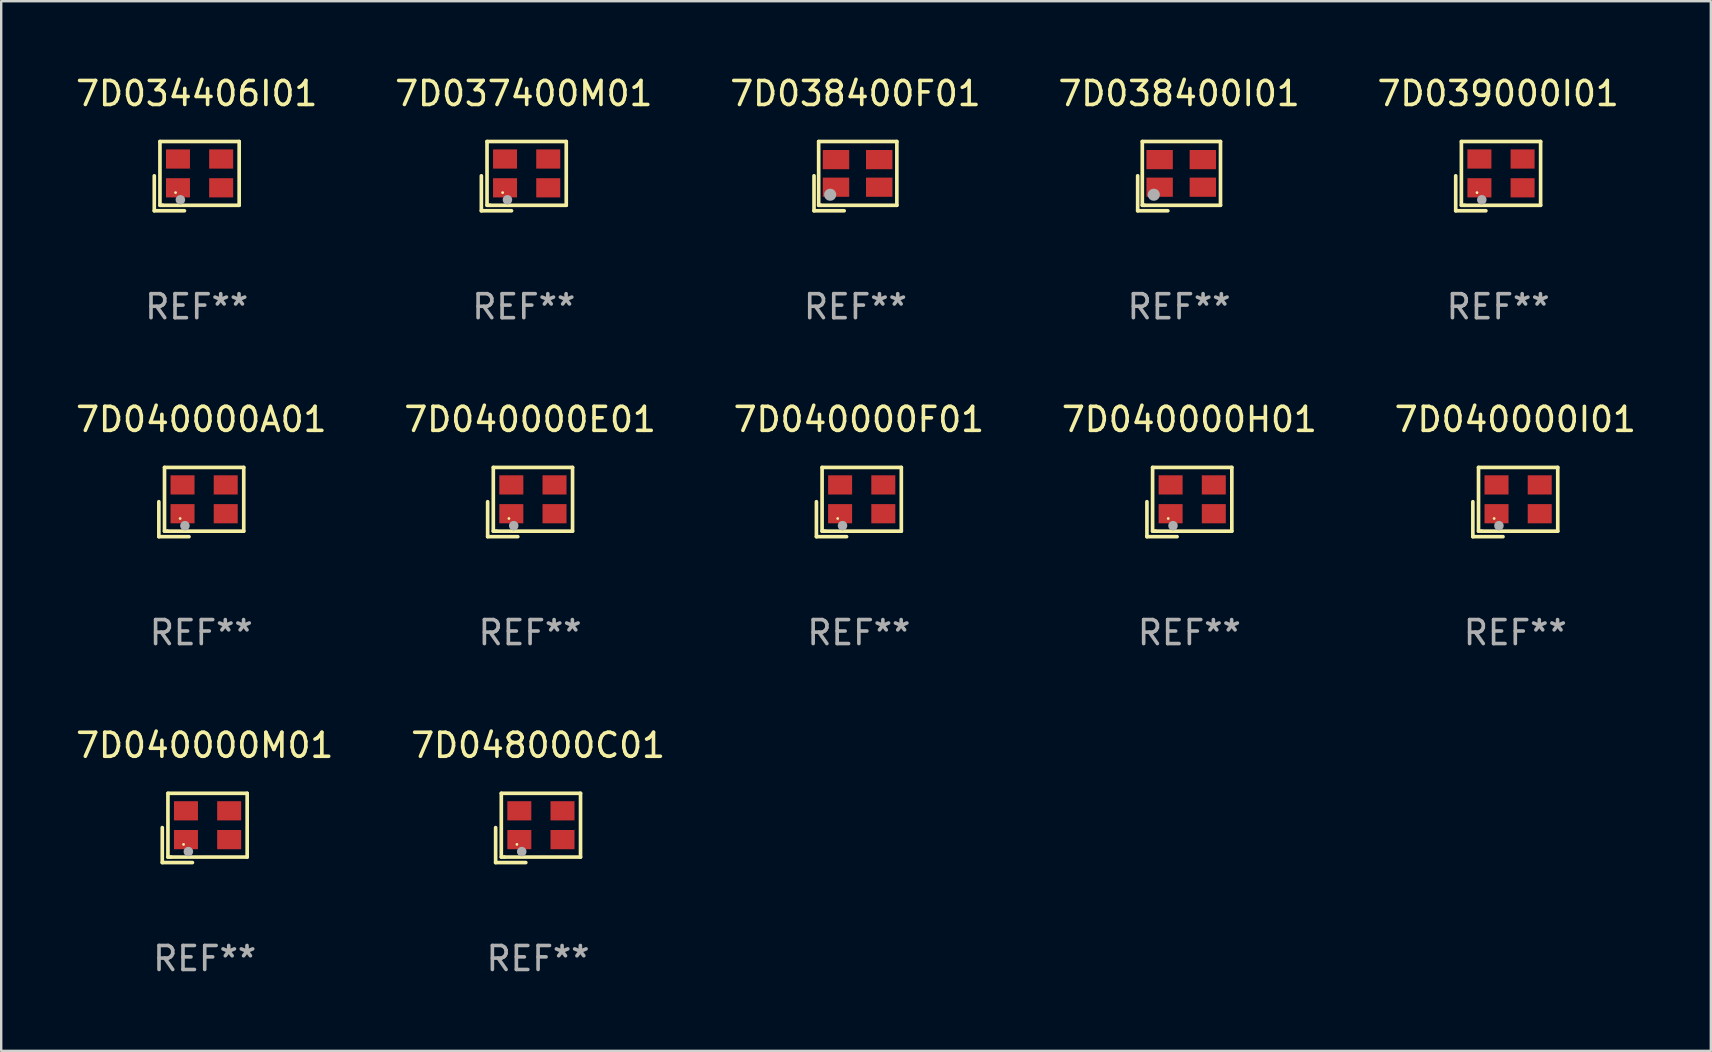
<source format=kicad_pcb>
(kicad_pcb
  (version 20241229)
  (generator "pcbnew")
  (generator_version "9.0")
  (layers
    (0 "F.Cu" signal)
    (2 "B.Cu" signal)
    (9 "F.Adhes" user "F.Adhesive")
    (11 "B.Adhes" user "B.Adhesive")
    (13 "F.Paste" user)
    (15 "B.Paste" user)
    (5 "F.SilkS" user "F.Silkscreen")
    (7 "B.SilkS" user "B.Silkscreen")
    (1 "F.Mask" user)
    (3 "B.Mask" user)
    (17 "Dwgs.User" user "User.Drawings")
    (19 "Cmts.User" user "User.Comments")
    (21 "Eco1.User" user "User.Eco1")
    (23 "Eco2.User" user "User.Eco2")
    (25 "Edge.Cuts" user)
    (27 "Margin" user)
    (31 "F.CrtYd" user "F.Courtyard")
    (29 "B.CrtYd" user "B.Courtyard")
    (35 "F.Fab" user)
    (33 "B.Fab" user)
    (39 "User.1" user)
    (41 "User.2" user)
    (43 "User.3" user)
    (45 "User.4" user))
  (footprint "7D038400F01"
    (layer "F.Cu")
    (at 32.601 4.291)
    (property "Reference" "7D038400F01" (at 0 -3.443 0) (layer "F.SilkS") (effects (font (size 1 1) (thickness 0.15))))
    (attr through_hole)
    (fp_line (start -1.726 -0.015) (end -1.726 1.443) (stroke (width 0.152) (type solid)) (layer "F.SilkS"))
    (fp_line (start -1.726 1.443) (end -0.469 1.443) (stroke (width 0.152) (type solid)) (layer "F.SilkS"))
    (fp_line (start -1.533 -1.443) (end 1.726 -1.443) (stroke (width 0.152) (type solid)) (layer "F.SilkS"))
    (fp_line (start -1.533 1.214) (end -1.533 -1.443) (stroke (width 0.152) (type solid)) (layer "F.SilkS"))
    (fp_line (start -1.439 1.214) (end -1.533 1.214) (stroke (width 0.152) (type solid)) (layer "F.SilkS"))
    (fp_line (start 1.726 -1.443) (end 1.726 1.214) (stroke (width 0.152) (type solid)) (layer "F.SilkS"))
    (fp_line (start 1.726 1.214) (end -1.439 1.214) (stroke (width 0.152) (type solid)) (layer "F.SilkS"))
    (fp_circle (center -0.91 0.686) (end -0.88 0.686) (stroke (width 0.06) (type solid)) (fill no) (layer "F.SilkS"))
    (fp_circle (center -1.053 0.775) (end -0.926 0.775) (stroke (width 0.254) (type solid)) (fill no) (layer "F.Fab"))
    (fp_text user "REF**" (at 0 5.443 0) (layer "F.Fab") (effects (font (size 1 1) (thickness 0.15))))
    (pad "1" smd rect (at -0.81 0.461) (size 1.1 0.8) (layers "F.Cu" "F.Mask" "F.Paste"))
    (pad "2" smd rect (at 0.99 0.461) (size 1.1 0.8) (layers "F.Cu" "F.Mask" "F.Paste"))
    (pad "3" smd rect (at 0.99 -0.689) (size 1.1 0.8) (layers "F.Cu" "F.Mask" "F.Paste"))
    (pad "4" smd rect (at -0.81 -0.689) (size 1.1 0.8) (layers "F.Cu" "F.Mask" "F.Paste")))
  (footprint "7D048000C01"
    (layer "F.Cu")
    (at 19.375 31.455)
    (property "Reference" "7D048000C01" (at 0 -3.443 0) (layer "F.SilkS") (effects (font (size 1 1) (thickness 0.15))))
    (attr through_hole)
    (fp_line (start -1.769 -0.014) (end -1.769 1.443) (stroke (width 0.152) (type solid)) (layer "F.SilkS"))
    (fp_line (start -1.769 1.443) (end -0.512 1.443) (stroke (width 0.152) (type solid)) (layer "F.SilkS"))
    (fp_line (start -1.533 -1.443) (end 1.769 -1.443) (stroke (width 0.152) (type solid)) (layer "F.SilkS"))
    (fp_line (start -1.533 1.214) (end -1.533 -1.443) (stroke (width 0.152) (type solid)) (layer "F.SilkS"))
    (fp_line (start -1.411 1.214) (end -1.533 1.214) (stroke (width 0.152) (type solid)) (layer "F.SilkS"))
    (fp_line (start 1.769 -1.443) (end 1.769 1.214) (stroke (width 0.152) (type solid)) (layer "F.SilkS"))
    (fp_line (start 1.769 1.214) (end -1.411 1.214) (stroke (width 0.152) (type solid)) (layer "F.SilkS"))
    (fp_circle (center -0.882 0.686) (end -0.852 0.686) (stroke (width 0.06) (type solid)) (fill no) (layer "F.SilkS"))
    (fp_circle (center -0.682 0.986) (end -0.582 0.986) (stroke (width 0.2) (type solid)) (fill no) (layer "F.Fab"))
    (fp_text user "REF**" (at 0 5.443 0) (layer "F.Fab") (effects (font (size 1 1) (thickness 0.15))))
    (pad "1" smd rect (at -0.782 0.486 90) (size 0.8 1) (layers "F.Cu" "F.Mask" "F.Paste"))
    (pad "2" smd rect (at 1.018 0.486 90) (size 0.8 1) (layers "F.Cu" "F.Mask" "F.Paste"))
    (pad "3" smd rect (at 1.018 -0.714 90) (size 0.8 1) (layers "F.Cu" "F.Mask" "F.Paste"))
    (pad "4" smd rect (at -0.782 -0.714 90) (size 0.8 1) (layers "F.Cu" "F.Mask" "F.Paste")))
  (footprint "7D040000I01"
    (layer "F.Cu")
    (at 60.101 17.873)
    (property "Reference" "7D040000I01" (at 0 -3.443 0) (layer "F.SilkS") (effects (font (size 1 1) (thickness 0.15))))
    (attr through_hole)
    (fp_line (start -1.769 -0.014) (end -1.769 1.443) (stroke (width 0.152) (type solid)) (layer "F.SilkS"))
    (fp_line (start -1.769 1.443) (end -0.512 1.443) (stroke (width 0.152) (type solid)) (layer "F.SilkS"))
    (fp_line (start -1.533 -1.443) (end 1.769 -1.443) (stroke (width 0.152) (type solid)) (layer "F.SilkS"))
    (fp_line (start -1.533 1.214) (end -1.533 -1.443) (stroke (width 0.152) (type solid)) (layer "F.SilkS"))
    (fp_line (start -1.411 1.214) (end -1.533 1.214) (stroke (width 0.152) (type solid)) (layer "F.SilkS"))
    (fp_line (start 1.769 -1.443) (end 1.769 1.214) (stroke (width 0.152) (type solid)) (layer "F.SilkS"))
    (fp_line (start 1.769 1.214) (end -1.411 1.214) (stroke (width 0.152) (type solid)) (layer "F.SilkS"))
    (fp_circle (center -0.882 0.686) (end -0.852 0.686) (stroke (width 0.06) (type solid)) (fill no) (layer "F.SilkS"))
    (fp_circle (center -0.682 0.986) (end -0.582 0.986) (stroke (width 0.2) (type solid)) (fill no) (layer "F.Fab"))
    (fp_text user "REF**" (at 0 5.443 0) (layer "F.Fab") (effects (font (size 1 1) (thickness 0.15))))
    (pad "1" smd rect (at -0.782 0.486 90) (size 0.8 1) (layers "F.Cu" "F.Mask" "F.Paste"))
    (pad "2" smd rect (at 1.018 0.486 90) (size 0.8 1) (layers "F.Cu" "F.Mask" "F.Paste"))
    (pad "3" smd rect (at 1.018 -0.714 90) (size 0.8 1) (layers "F.Cu" "F.Mask" "F.Paste"))
    (pad "4" smd rect (at -0.782 -0.714 90) (size 0.8 1) (layers "F.Cu" "F.Mask" "F.Paste")))
  (footprint "7D040000H01"
    (layer "F.Cu")
    (at 46.518 17.873)
    (property "Reference" "7D040000H01" (at 0 -3.443 0) (layer "F.SilkS") (effects (font (size 1 1) (thickness 0.15))))
    (attr through_hole)
    (fp_line (start -1.769 -0.014) (end -1.769 1.443) (stroke (width 0.152) (type solid)) (layer "F.SilkS"))
    (fp_line (start -1.769 1.443) (end -0.512 1.443) (stroke (width 0.152) (type solid)) (layer "F.SilkS"))
    (fp_line (start -1.533 -1.443) (end 1.769 -1.443) (stroke (width 0.152) (type solid)) (layer "F.SilkS"))
    (fp_line (start -1.533 1.214) (end -1.533 -1.443) (stroke (width 0.152) (type solid)) (layer "F.SilkS"))
    (fp_line (start -1.411 1.214) (end -1.533 1.214) (stroke (width 0.152) (type solid)) (layer "F.SilkS"))
    (fp_line (start 1.769 -1.443) (end 1.769 1.214) (stroke (width 0.152) (type solid)) (layer "F.SilkS"))
    (fp_line (start 1.769 1.214) (end -1.411 1.214) (stroke (width 0.152) (type solid)) (layer "F.SilkS"))
    (fp_circle (center -0.882 0.686) (end -0.852 0.686) (stroke (width 0.06) (type solid)) (fill no) (layer "F.SilkS"))
    (fp_circle (center -0.682 0.986) (end -0.582 0.986) (stroke (width 0.2) (type solid)) (fill no) (layer "F.Fab"))
    (fp_text user "REF**" (at 0 5.443 0) (layer "F.Fab") (effects (font (size 1 1) (thickness 0.15))))
    (pad "1" smd rect (at -0.782 0.486 90) (size 0.8 1) (layers "F.Cu" "F.Mask" "F.Paste"))
    (pad "2" smd rect (at 1.018 0.486 90) (size 0.8 1) (layers "F.Cu" "F.Mask" "F.Paste"))
    (pad "3" smd rect (at 1.018 -0.714 90) (size 0.8 1) (layers "F.Cu" "F.Mask" "F.Paste"))
    (pad "4" smd rect (at -0.782 -0.714 90) (size 0.8 1) (layers "F.Cu" "F.Mask" "F.Paste")))
  (footprint "7D040000E01"
    (layer "F.Cu")
    (at 19.042 17.873)
    (property "Reference" "7D040000E01" (at 0 -3.443 0) (layer "F.SilkS") (effects (font (size 1 1) (thickness 0.15))))
    (attr through_hole)
    (fp_line (start -1.769 -0.014) (end -1.769 1.443) (stroke (width 0.152) (type solid)) (layer "F.SilkS"))
    (fp_line (start -1.769 1.443) (end -0.512 1.443) (stroke (width 0.152) (type solid)) (layer "F.SilkS"))
    (fp_line (start -1.533 -1.443) (end 1.769 -1.443) (stroke (width 0.152) (type solid)) (layer "F.SilkS"))
    (fp_line (start -1.533 1.214) (end -1.533 -1.443) (stroke (width 0.152) (type solid)) (layer "F.SilkS"))
    (fp_line (start -1.411 1.214) (end -1.533 1.214) (stroke (width 0.152) (type solid)) (layer "F.SilkS"))
    (fp_line (start 1.769 -1.443) (end 1.769 1.214) (stroke (width 0.152) (type solid)) (layer "F.SilkS"))
    (fp_line (start 1.769 1.214) (end -1.411 1.214) (stroke (width 0.152) (type solid)) (layer "F.SilkS"))
    (fp_circle (center -0.882 0.686) (end -0.852 0.686) (stroke (width 0.06) (type solid)) (fill no) (layer "F.SilkS"))
    (fp_circle (center -0.682 0.986) (end -0.582 0.986) (stroke (width 0.2) (type solid)) (fill no) (layer "F.Fab"))
    (fp_text user "REF**" (at 0 5.443 0) (layer "F.Fab") (effects (font (size 1 1) (thickness 0.15))))
    (pad "1" smd rect (at -0.782 0.486 90) (size 0.8 1) (layers "F.Cu" "F.Mask" "F.Paste"))
    (pad "2" smd rect (at 1.018 0.486 90) (size 0.8 1) (layers "F.Cu" "F.Mask" "F.Paste"))
    (pad "3" smd rect (at 1.018 -0.714 90) (size 0.8 1) (layers "F.Cu" "F.Mask" "F.Paste"))
    (pad "4" smd rect (at -0.782 -0.714 90) (size 0.8 1) (layers "F.Cu" "F.Mask" "F.Paste")))
  (footprint "7D040000F01"
    (layer "F.Cu")
    (at 32.744 17.873)
    (property "Reference" "7D040000F01" (at 0 -3.443 0) (layer "F.SilkS") (effects (font (size 1 1) (thickness 0.15))))
    (attr through_hole)
    (fp_line (start -1.769 -0.014) (end -1.769 1.443) (stroke (width 0.152) (type solid)) (layer "F.SilkS"))
    (fp_line (start -1.769 1.443) (end -0.512 1.443) (stroke (width 0.152) (type solid)) (layer "F.SilkS"))
    (fp_line (start -1.533 -1.443) (end 1.769 -1.443) (stroke (width 0.152) (type solid)) (layer "F.SilkS"))
    (fp_line (start -1.533 1.214) (end -1.533 -1.443) (stroke (width 0.152) (type solid)) (layer "F.SilkS"))
    (fp_line (start -1.411 1.214) (end -1.533 1.214) (stroke (width 0.152) (type solid)) (layer "F.SilkS"))
    (fp_line (start 1.769 -1.443) (end 1.769 1.214) (stroke (width 0.152) (type solid)) (layer "F.SilkS"))
    (fp_line (start 1.769 1.214) (end -1.411 1.214) (stroke (width 0.152) (type solid)) (layer "F.SilkS"))
    (fp_circle (center -0.882 0.686) (end -0.852 0.686) (stroke (width 0.06) (type solid)) (fill no) (layer "F.SilkS"))
    (fp_circle (center -0.682 0.986) (end -0.582 0.986) (stroke (width 0.2) (type solid)) (fill no) (layer "F.Fab"))
    (fp_text user "REF**" (at 0 5.443 0) (layer "F.Fab") (effects (font (size 1 1) (thickness 0.15))))
    (pad "1" smd rect (at -0.782 0.486 90) (size 0.8 1) (layers "F.Cu" "F.Mask" "F.Paste"))
    (pad "2" smd rect (at 1.018 0.486 90) (size 0.8 1) (layers "F.Cu" "F.Mask" "F.Paste"))
    (pad "3" smd rect (at 1.018 -0.714 90) (size 0.8 1) (layers "F.Cu" "F.Mask" "F.Paste"))
    (pad "4" smd rect (at -0.782 -0.714 90) (size 0.8 1) (layers "F.Cu" "F.Mask" "F.Paste")))
  (footprint "7D037400M01"
    (layer "F.Cu")
    (at 18.78 4.291)
    (property "Reference" "7D037400M01" (at 0 -3.443 0) (layer "F.SilkS") (effects (font (size 1 1) (thickness 0.15))))
    (attr through_hole)
    (fp_line (start -1.769 -0.014) (end -1.769 1.443) (stroke (width 0.152) (type solid)) (layer "F.SilkS"))
    (fp_line (start -1.769 1.443) (end -0.512 1.443) (stroke (width 0.152) (type solid)) (layer "F.SilkS"))
    (fp_line (start -1.533 -1.443) (end 1.769 -1.443) (stroke (width 0.152) (type solid)) (layer "F.SilkS"))
    (fp_line (start -1.533 1.214) (end -1.533 -1.443) (stroke (width 0.152) (type solid)) (layer "F.SilkS"))
    (fp_line (start -1.411 1.214) (end -1.533 1.214) (stroke (width 0.152) (type solid)) (layer "F.SilkS"))
    (fp_line (start 1.769 -1.443) (end 1.769 1.214) (stroke (width 0.152) (type solid)) (layer "F.SilkS"))
    (fp_line (start 1.769 1.214) (end -1.411 1.214) (stroke (width 0.152) (type solid)) (layer "F.SilkS"))
    (fp_circle (center -0.882 0.686) (end -0.852 0.686) (stroke (width 0.06) (type solid)) (fill no) (layer "F.SilkS"))
    (fp_circle (center -0.682 0.986) (end -0.582 0.986) (stroke (width 0.2) (type solid)) (fill no) (layer "F.Fab"))
    (fp_text user "REF**" (at 0 5.443 0) (layer "F.Fab") (effects (font (size 1 1) (thickness 0.15))))
    (pad "1" smd rect (at -0.782 0.486 90) (size 0.8 1) (layers "F.Cu" "F.Mask" "F.Paste"))
    (pad "2" smd rect (at 1.018 0.486 90) (size 0.8 1) (layers "F.Cu" "F.Mask" "F.Paste"))
    (pad "3" smd rect (at 1.018 -0.714 90) (size 0.8 1) (layers "F.Cu" "F.Mask" "F.Paste"))
    (pad "4" smd rect (at -0.782 -0.714 90) (size 0.8 1) (layers "F.Cu" "F.Mask" "F.Paste")))
  (footprint "7D039000I01"
    (layer "F.Cu")
    (at 59.387 4.291)
    (property "Reference" "7D039000I01" (at 0 -3.443 0) (layer "F.SilkS") (effects (font (size 1 1) (thickness 0.15))))
    (attr through_hole)
    (fp_line (start -1.769 -0.014) (end -1.769 1.443) (stroke (width 0.152) (type solid)) (layer "F.SilkS"))
    (fp_line (start -1.769 1.443) (end -0.512 1.443) (stroke (width 0.152) (type solid)) (layer "F.SilkS"))
    (fp_line (start -1.533 -1.443) (end 1.769 -1.443) (stroke (width 0.152) (type solid)) (layer "F.SilkS"))
    (fp_line (start -1.533 1.214) (end -1.533 -1.443) (stroke (width 0.152) (type solid)) (layer "F.SilkS"))
    (fp_line (start -1.411 1.214) (end -1.533 1.214) (stroke (width 0.152) (type solid)) (layer "F.SilkS"))
    (fp_line (start 1.769 -1.443) (end 1.769 1.214) (stroke (width 0.152) (type solid)) (layer "F.SilkS"))
    (fp_line (start 1.769 1.214) (end -1.411 1.214) (stroke (width 0.152) (type solid)) (layer "F.SilkS"))
    (fp_circle (center -0.882 0.686) (end -0.852 0.686) (stroke (width 0.06) (type solid)) (fill no) (layer "F.SilkS"))
    (fp_circle (center -0.682 0.986) (end -0.582 0.986) (stroke (width 0.2) (type solid)) (fill no) (layer "F.Fab"))
    (fp_text user "REF**" (at 0 5.443 0) (layer "F.Fab") (effects (font (size 1 1) (thickness 0.15))))
    (pad "1" smd rect (at -0.782 0.486 90) (size 0.8 1) (layers "F.Cu" "F.Mask" "F.Paste"))
    (pad "2" smd rect (at 1.018 0.486 90) (size 0.8 1) (layers "F.Cu" "F.Mask" "F.Paste"))
    (pad "3" smd rect (at 1.018 -0.714 90) (size 0.8 1) (layers "F.Cu" "F.Mask" "F.Paste"))
    (pad "4" smd rect (at -0.782 -0.714 90) (size 0.8 1) (layers "F.Cu" "F.Mask" "F.Paste")))
  (footprint "7D040000M01"
    (layer "F.Cu")
    (at 5.482 31.455)
    (property "Reference" "7D040000M01" (at 0 -3.443 0) (layer "F.SilkS") (effects (font (size 1 1) (thickness 0.15))))
    (attr through_hole)
    (fp_line (start -1.769 -0.014) (end -1.769 1.443) (stroke (width 0.152) (type solid)) (layer "F.SilkS"))
    (fp_line (start -1.769 1.443) (end -0.512 1.443) (stroke (width 0.152) (type solid)) (layer "F.SilkS"))
    (fp_line (start -1.533 -1.443) (end 1.769 -1.443) (stroke (width 0.152) (type solid)) (layer "F.SilkS"))
    (fp_line (start -1.533 1.214) (end -1.533 -1.443) (stroke (width 0.152) (type solid)) (layer "F.SilkS"))
    (fp_line (start -1.411 1.214) (end -1.533 1.214) (stroke (width 0.152) (type solid)) (layer "F.SilkS"))
    (fp_line (start 1.769 -1.443) (end 1.769 1.214) (stroke (width 0.152) (type solid)) (layer "F.SilkS"))
    (fp_line (start 1.769 1.214) (end -1.411 1.214) (stroke (width 0.152) (type solid)) (layer "F.SilkS"))
    (fp_circle (center -0.882 0.686) (end -0.852 0.686) (stroke (width 0.06) (type solid)) (fill no) (layer "F.SilkS"))
    (fp_circle (center -0.682 0.986) (end -0.582 0.986) (stroke (width 0.2) (type solid)) (fill no) (layer "F.Fab"))
    (fp_text user "REF**" (at 0 5.443 0) (layer "F.Fab") (effects (font (size 1 1) (thickness 0.15))))
    (pad "1" smd rect (at -0.782 0.486 90) (size 0.8 1) (layers "F.Cu" "F.Mask" "F.Paste"))
    (pad "2" smd rect (at 1.018 0.486 90) (size 0.8 1) (layers "F.Cu" "F.Mask" "F.Paste"))
    (pad "3" smd rect (at 1.018 -0.714 90) (size 0.8 1) (layers "F.Cu" "F.Mask" "F.Paste"))
    (pad "4" smd rect (at -0.782 -0.714 90) (size 0.8 1) (layers "F.Cu" "F.Mask" "F.Paste")))
  (footprint "7D034406I01"
    (layer "F.Cu")
    (at 5.149 4.291)
    (property "Reference" "7D034406I01" (at 0 -3.443 0) (layer "F.SilkS") (effects (font (size 1 1) (thickness 0.15))))
    (attr through_hole)
    (fp_line (start -1.769 -0.014) (end -1.769 1.443) (stroke (width 0.152) (type solid)) (layer "F.SilkS"))
    (fp_line (start -1.769 1.443) (end -0.512 1.443) (stroke (width 0.152) (type solid)) (layer "F.SilkS"))
    (fp_line (start -1.533 -1.443) (end 1.769 -1.443) (stroke (width 0.152) (type solid)) (layer "F.SilkS"))
    (fp_line (start -1.533 1.214) (end -1.533 -1.443) (stroke (width 0.152) (type solid)) (layer "F.SilkS"))
    (fp_line (start -1.411 1.214) (end -1.533 1.214) (stroke (width 0.152) (type solid)) (layer "F.SilkS"))
    (fp_line (start 1.769 -1.443) (end 1.769 1.214) (stroke (width 0.152) (type solid)) (layer "F.SilkS"))
    (fp_line (start 1.769 1.214) (end -1.411 1.214) (stroke (width 0.152) (type solid)) (layer "F.SilkS"))
    (fp_circle (center -0.882 0.686) (end -0.852 0.686) (stroke (width 0.06) (type solid)) (fill no) (layer "F.SilkS"))
    (fp_circle (center -0.682 0.986) (end -0.582 0.986) (stroke (width 0.2) (type solid)) (fill no) (layer "F.Fab"))
    (fp_text user "REF**" (at 0 5.443 0) (layer "F.Fab") (effects (font (size 1 1) (thickness 0.15))))
    (pad "1" smd rect (at -0.782 0.486 90) (size 0.8 1) (layers "F.Cu" "F.Mask" "F.Paste"))
    (pad "2" smd rect (at 1.018 0.486 90) (size 0.8 1) (layers "F.Cu" "F.Mask" "F.Paste"))
    (pad "3" smd rect (at 1.018 -0.714 90) (size 0.8 1) (layers "F.Cu" "F.Mask" "F.Paste"))
    (pad "4" smd rect (at -0.782 -0.714 90) (size 0.8 1) (layers "F.Cu" "F.Mask" "F.Paste")))
  (footprint "7D038400I01"
    (layer "F.Cu")
    (at 46.089 4.291)
    (property "Reference" "7D038400I01" (at 0 -3.443 0) (layer "F.SilkS") (effects (font (size 1 1) (thickness 0.15))))
    (attr through_hole)
    (fp_line (start -1.726 -0.015) (end -1.726 1.443) (stroke (width 0.152) (type solid)) (layer "F.SilkS"))
    (fp_line (start -1.726 1.443) (end -0.469 1.443) (stroke (width 0.152) (type solid)) (layer "F.SilkS"))
    (fp_line (start -1.533 -1.443) (end 1.726 -1.443) (stroke (width 0.152) (type solid)) (layer "F.SilkS"))
    (fp_line (start -1.533 1.214) (end -1.533 -1.443) (stroke (width 0.152) (type solid)) (layer "F.SilkS"))
    (fp_line (start -1.439 1.214) (end -1.533 1.214) (stroke (width 0.152) (type solid)) (layer "F.SilkS"))
    (fp_line (start 1.726 -1.443) (end 1.726 1.214) (stroke (width 0.152) (type solid)) (layer "F.SilkS"))
    (fp_line (start 1.726 1.214) (end -1.439 1.214) (stroke (width 0.152) (type solid)) (layer "F.SilkS"))
    (fp_circle (center -0.91 0.686) (end -0.88 0.686) (stroke (width 0.06) (type solid)) (fill no) (layer "F.SilkS"))
    (fp_circle (center -1.053 0.775) (end -0.926 0.775) (stroke (width 0.254) (type solid)) (fill no) (layer "F.Fab"))
    (fp_text user "REF**" (at 0 5.443 0) (layer "F.Fab") (effects (font (size 1 1) (thickness 0.15))))
    (pad "1" smd rect (at -0.81 0.461) (size 1.1 0.8) (layers "F.Cu" "F.Mask" "F.Paste"))
    (pad "2" smd rect (at 0.99 0.461) (size 1.1 0.8) (layers "F.Cu" "F.Mask" "F.Paste"))
    (pad "3" smd rect (at 0.99 -0.689) (size 1.1 0.8) (layers "F.Cu" "F.Mask" "F.Paste"))
    (pad "4" smd rect (at -0.81 -0.689) (size 1.1 0.8) (layers "F.Cu" "F.Mask" "F.Paste")))
  (footprint "7D040000A01"
    (layer "F.Cu")
    (at 5.339 17.873)
    (property "Reference" "7D040000A01" (at 0 -3.443 0) (layer "F.SilkS") (effects (font (size 1 1) (thickness 0.15))))
    (attr through_hole)
    (fp_line (start -1.769 -0.014) (end -1.769 1.443) (stroke (width 0.152) (type solid)) (layer "F.SilkS"))
    (fp_line (start -1.769 1.443) (end -0.512 1.443) (stroke (width 0.152) (type solid)) (layer "F.SilkS"))
    (fp_line (start -1.533 -1.443) (end 1.769 -1.443) (stroke (width 0.152) (type solid)) (layer "F.SilkS"))
    (fp_line (start -1.533 1.214) (end -1.533 -1.443) (stroke (width 0.152) (type solid)) (layer "F.SilkS"))
    (fp_line (start -1.411 1.214) (end -1.533 1.214) (stroke (width 0.152) (type solid)) (layer "F.SilkS"))
    (fp_line (start 1.769 -1.443) (end 1.769 1.214) (stroke (width 0.152) (type solid)) (layer "F.SilkS"))
    (fp_line (start 1.769 1.214) (end -1.411 1.214) (stroke (width 0.152) (type solid)) (layer "F.SilkS"))
    (fp_circle (center -0.882 0.686) (end -0.852 0.686) (stroke (width 0.06) (type solid)) (fill no) (layer "F.SilkS"))
    (fp_circle (center -0.682 0.986) (end -0.582 0.986) (stroke (width 0.2) (type solid)) (fill no) (layer "F.Fab"))
    (fp_text user "REF**" (at 0 5.443 0) (layer "F.Fab") (effects (font (size 1 1) (thickness 0.15))))
    (pad "1" smd rect (at -0.782 0.486 90) (size 0.8 1) (layers "F.Cu" "F.Mask" "F.Paste"))
    (pad "2" smd rect (at 1.018 0.486 90) (size 0.8 1) (layers "F.Cu" "F.Mask" "F.Paste"))
    (pad "3" smd rect (at 1.018 -0.714 90) (size 0.8 1) (layers "F.Cu" "F.Mask" "F.Paste"))
    (pad "4" smd rect (at -0.782 -0.714 90) (size 0.8 1) (layers "F.Cu" "F.Mask" "F.Paste")))
  (gr_rect
    (start -3 -3)
    (end 68.25 40.746)
    (stroke (width 0.1) (type default))
    (fill no)
    (layer "Edge.Cuts")))
</source>
